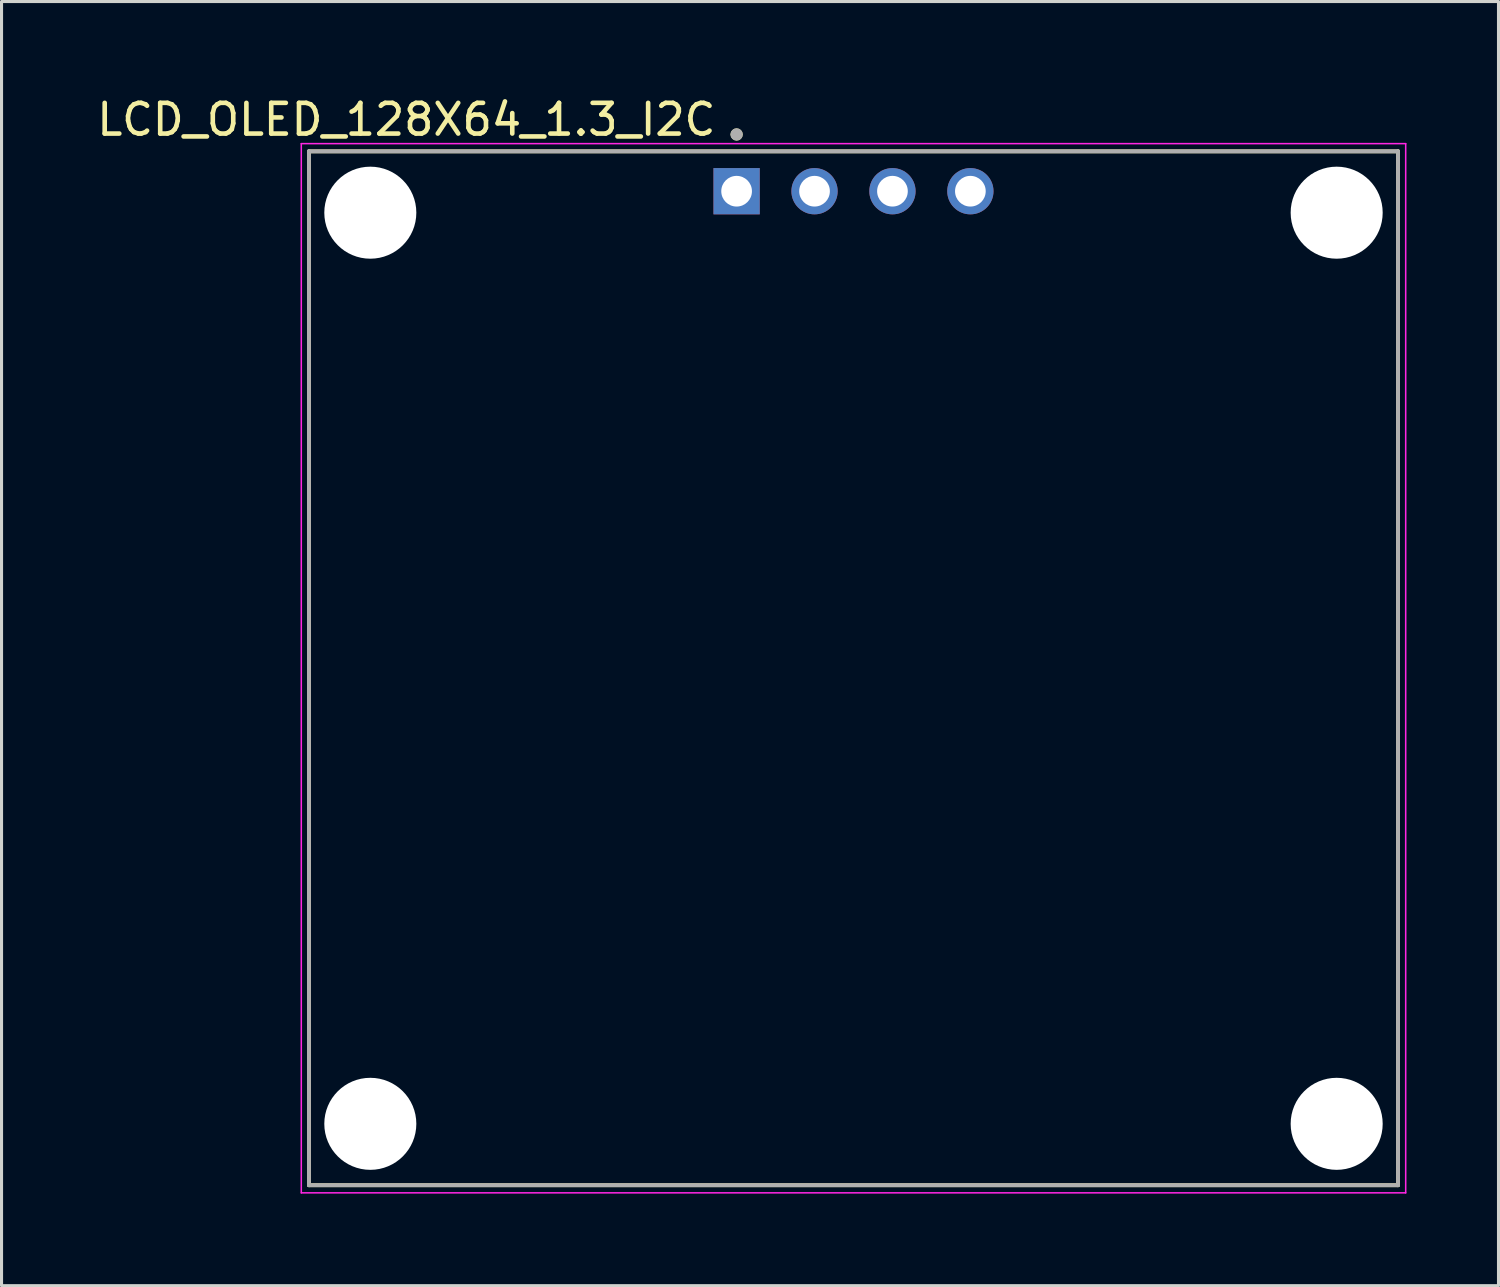
<source format=kicad_pcb>
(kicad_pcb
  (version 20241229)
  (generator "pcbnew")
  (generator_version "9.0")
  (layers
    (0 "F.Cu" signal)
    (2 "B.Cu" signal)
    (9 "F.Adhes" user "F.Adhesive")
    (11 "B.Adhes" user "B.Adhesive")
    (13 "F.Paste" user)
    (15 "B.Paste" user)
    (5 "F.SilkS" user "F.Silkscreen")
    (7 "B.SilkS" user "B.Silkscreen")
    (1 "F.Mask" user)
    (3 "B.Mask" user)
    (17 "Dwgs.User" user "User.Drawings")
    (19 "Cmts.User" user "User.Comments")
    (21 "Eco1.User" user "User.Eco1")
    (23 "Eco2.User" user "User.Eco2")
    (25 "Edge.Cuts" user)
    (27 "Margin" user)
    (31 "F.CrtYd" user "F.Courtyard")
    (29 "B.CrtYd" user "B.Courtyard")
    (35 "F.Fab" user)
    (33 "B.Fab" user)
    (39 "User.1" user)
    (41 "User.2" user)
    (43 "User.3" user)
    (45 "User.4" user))
  (footprint "LCD_OLED_128X64_1.3_I2C"
    (layer "F.Cu")
    (at 24.771 18.733)
    (property "Reference" "LCD_OLED_128X64_1.3_I2C" (at -14.575 -17.885 0) (layer "F.SilkS") (effects (font (size 1 1) (thickness 0.15))))
    (attr through_hole)
    (fp_line (start -17.75 -16.85) (end 17.75 -16.85) (stroke (width 0.127) (type solid)) (layer "F.SilkS"))
    (fp_line (start -17.75 16.85) (end -17.75 -16.85) (stroke (width 0.127) (type solid)) (layer "F.SilkS"))
    (fp_line (start 17.75 -16.85) (end 17.75 16.85) (stroke (width 0.127) (type solid)) (layer "F.SilkS"))
    (fp_line (start 17.75 16.85) (end -17.75 16.85) (stroke (width 0.127) (type solid)) (layer "F.SilkS"))
    (fp_circle (center -3.81 -17.4) (end -3.71 -17.4) (stroke (width 0.2) (type solid)) (fill no) (layer "F.SilkS"))
    (fp_line (start -18 -17.1) (end -18 17.1) (stroke (width 0.05) (type solid)) (layer "F.CrtYd"))
    (fp_line (start -18 17.1) (end 18 17.1) (stroke (width 0.05) (type solid)) (layer "F.CrtYd"))
    (fp_line (start 18 -17.1) (end -18 -17.1) (stroke (width 0.05) (type solid)) (layer "F.CrtYd"))
    (fp_line (start 18 17.1) (end 18 -17.1) (stroke (width 0.05) (type solid)) (layer "F.CrtYd"))
    (fp_line (start -17.75 -16.85) (end 17.75 -16.85) (stroke (width 0.127) (type solid)) (layer "F.Fab"))
    (fp_line (start -17.75 16.85) (end -17.75 -16.85) (stroke (width 0.127) (type solid)) (layer "F.Fab"))
    (fp_line (start 17.75 -16.85) (end 17.75 16.85) (stroke (width 0.127) (type solid)) (layer "F.Fab"))
    (fp_line (start 17.75 16.85) (end -17.75 16.85) (stroke (width 0.127) (type solid)) (layer "F.Fab"))
    (fp_circle (center -3.81 -17.4) (end -3.71 -17.4) (stroke (width 0.2) (type solid)) (fill no) (layer "F.Fab"))
    (pad "" np_thru_hole circle (at -15.75 -14.85) (size 3 3) (drill 3) (layers "*.Cu" "*.Mask"))
    (pad "" np_thru_hole circle (at -15.75 14.85) (size 3 3) (drill 3) (layers "*.Cu" "*.Mask"))
    (pad "" np_thru_hole circle (at 15.75 -14.85) (size 3 3) (drill 3) (layers "*.Cu" "*.Mask"))
    (pad "" np_thru_hole circle (at 15.75 14.85) (size 3 3) (drill 3) (layers "*.Cu" "*.Mask"))
    (pad "1" thru_hole rect (at -3.81 -15.55) (size 1.508 1.508) (drill 1) (layers "*.Cu" "*.Mask"))
    (pad "2" thru_hole circle (at -1.27 -15.55) (size 1.508 1.508) (drill 1) (layers "*.Cu" "*.Mask"))
    (pad "3" thru_hole circle (at 1.27 -15.55) (size 1.508 1.508) (drill 1) (layers "*.Cu" "*.Mask"))
    (pad "4" thru_hole circle (at 3.81 -15.55) (size 1.508 1.508) (drill 1) (layers "*.Cu" "*.Mask")))
  (gr_rect
    (start -3 -3)
    (end 45.796 38.858)
    (stroke (width 0.1) (type default))
    (fill no)
    (layer "Edge.Cuts")))
</source>
